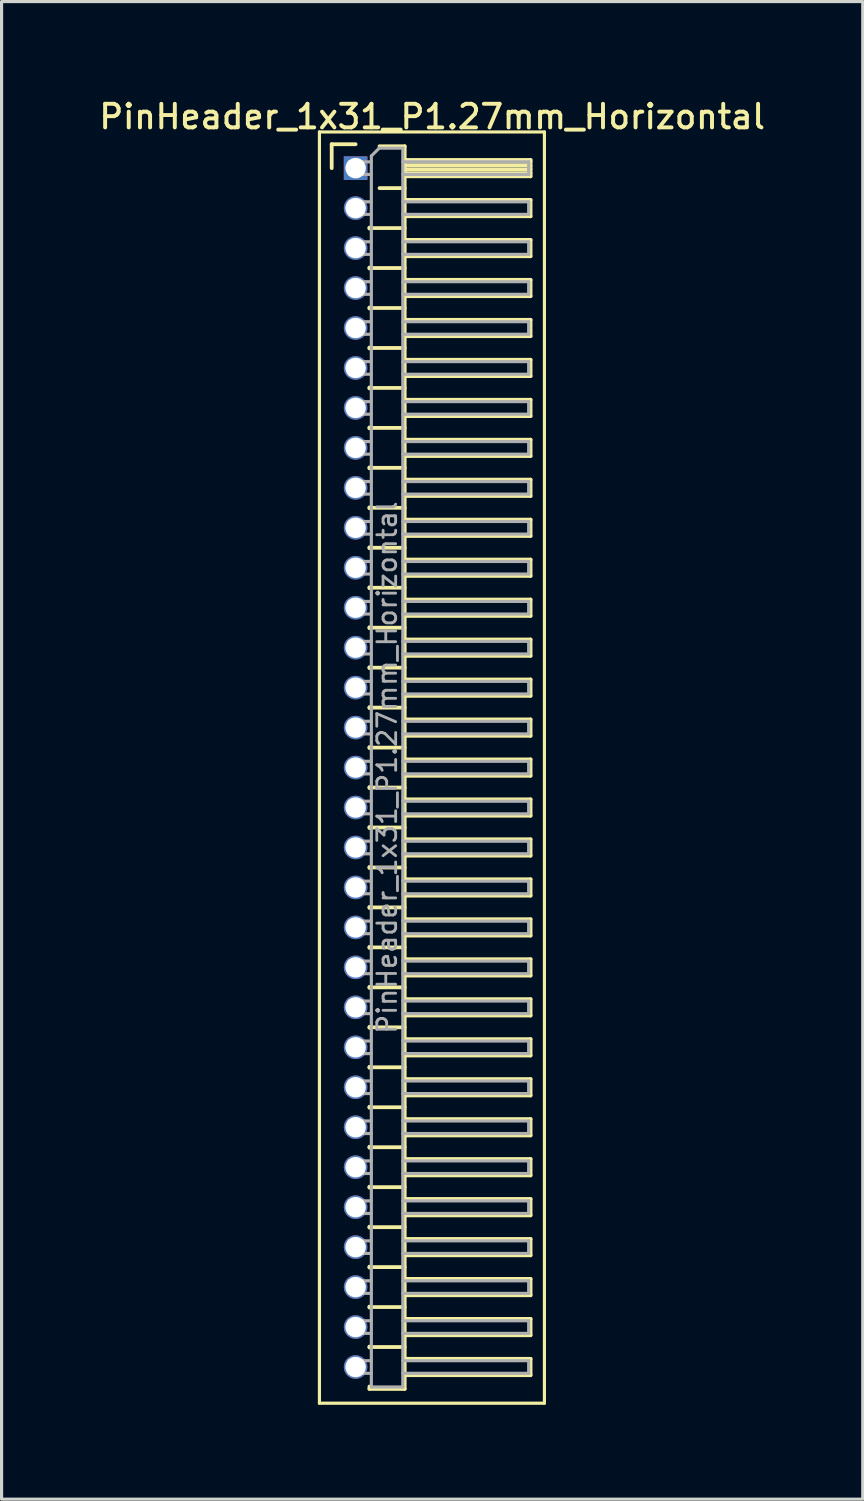
<source format=kicad_pcb>
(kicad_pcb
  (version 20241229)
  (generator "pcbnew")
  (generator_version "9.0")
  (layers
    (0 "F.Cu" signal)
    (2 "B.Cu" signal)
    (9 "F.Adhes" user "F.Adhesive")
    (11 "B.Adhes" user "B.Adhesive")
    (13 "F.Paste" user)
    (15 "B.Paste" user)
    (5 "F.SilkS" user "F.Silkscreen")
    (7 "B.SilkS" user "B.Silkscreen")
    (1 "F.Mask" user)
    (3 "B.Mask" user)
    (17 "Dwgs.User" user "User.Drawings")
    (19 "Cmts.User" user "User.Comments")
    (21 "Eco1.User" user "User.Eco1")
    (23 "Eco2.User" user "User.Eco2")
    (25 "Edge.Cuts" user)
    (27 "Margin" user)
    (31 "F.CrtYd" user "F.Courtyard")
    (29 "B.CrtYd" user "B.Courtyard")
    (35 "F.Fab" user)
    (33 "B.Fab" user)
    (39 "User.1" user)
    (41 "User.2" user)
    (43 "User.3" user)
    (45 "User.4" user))
  (footprint "PinHeader_1x31_P1.27mm_Horizontal"
    (layer "F.Cu")
    (at 8.251 2.293)
    (property "Reference" "PinHeader_1x31_P1.27mm_Horizontal" (at 2.433 -1.635 0) (layer "F.SilkS") (effects (font (size 0.75 0.75) (thickness 0.125))))
    (attr through_hole)
    (fp_line (start -1.15 -1.15) (end -1.15 39.25) (stroke (width 0.1) (type solid)) (layer "F.SilkS"))
    (fp_line (start -1.15 39.25) (end 6 39.25) (stroke (width 0.1) (type solid)) (layer "F.SilkS"))
    (fp_line (start -0.76 -0.76) (end 0 -0.76) (stroke (width 0.12) (type solid)) (layer "F.SilkS"))
    (fp_line (start -0.76 0) (end -0.76 -0.76) (stroke (width 0.12) (type solid)) (layer "F.SilkS"))
    (fp_line (start 0.44 1.89) (end 0.44 1.92) (stroke (width 0.12) (type solid)) (layer "F.SilkS"))
    (fp_line (start 0.44 1.905) (end 1.56 1.905) (stroke (width 0.12) (type solid)) (layer "F.SilkS"))
    (fp_line (start 0.44 3.16) (end 0.44 3.19) (stroke (width 0.12) (type solid)) (layer "F.SilkS"))
    (fp_line (start 0.44 3.175) (end 1.56 3.175) (stroke (width 0.12) (type solid)) (layer "F.SilkS"))
    (fp_line (start 0.44 4.43) (end 0.44 4.46) (stroke (width 0.12) (type solid)) (layer "F.SilkS"))
    (fp_line (start 0.44 4.445) (end 1.56 4.445) (stroke (width 0.12) (type solid)) (layer "F.SilkS"))
    (fp_line (start 0.44 5.7) (end 0.44 5.73) (stroke (width 0.12) (type solid)) (layer "F.SilkS"))
    (fp_line (start 0.44 5.715) (end 1.56 5.715) (stroke (width 0.12) (type solid)) (layer "F.SilkS"))
    (fp_line (start 0.44 6.97) (end 0.44 7) (stroke (width 0.12) (type solid)) (layer "F.SilkS"))
    (fp_line (start 0.44 6.985) (end 1.56 6.985) (stroke (width 0.12) (type solid)) (layer "F.SilkS"))
    (fp_line (start 0.44 8.24) (end 0.44 8.27) (stroke (width 0.12) (type solid)) (layer "F.SilkS"))
    (fp_line (start 0.44 8.255) (end 1.56 8.255) (stroke (width 0.12) (type solid)) (layer "F.SilkS"))
    (fp_line (start 0.44 9.51) (end 0.44 9.54) (stroke (width 0.12) (type solid)) (layer "F.SilkS"))
    (fp_line (start 0.44 9.525) (end 1.56 9.525) (stroke (width 0.12) (type solid)) (layer "F.SilkS"))
    (fp_line (start 0.44 10.78) (end 0.44 10.81) (stroke (width 0.12) (type solid)) (layer "F.SilkS"))
    (fp_line (start 0.44 10.795) (end 1.56 10.795) (stroke (width 0.12) (type solid)) (layer "F.SilkS"))
    (fp_line (start 0.44 12.05) (end 0.44 12.08) (stroke (width 0.12) (type solid)) (layer "F.SilkS"))
    (fp_line (start 0.44 12.065) (end 1.56 12.065) (stroke (width 0.12) (type solid)) (layer "F.SilkS"))
    (fp_line (start 0.44 13.32) (end 0.44 13.35) (stroke (width 0.12) (type solid)) (layer "F.SilkS"))
    (fp_line (start 0.44 13.335) (end 1.56 13.335) (stroke (width 0.12) (type solid)) (layer "F.SilkS"))
    (fp_line (start 0.44 14.59) (end 0.44 14.62) (stroke (width 0.12) (type solid)) (layer "F.SilkS"))
    (fp_line (start 0.44 14.605) (end 1.56 14.605) (stroke (width 0.12) (type solid)) (layer "F.SilkS"))
    (fp_line (start 0.44 15.86) (end 0.44 15.89) (stroke (width 0.12) (type solid)) (layer "F.SilkS"))
    (fp_line (start 0.44 15.875) (end 1.56 15.875) (stroke (width 0.12) (type solid)) (layer "F.SilkS"))
    (fp_line (start 0.44 17.13) (end 0.44 17.16) (stroke (width 0.12) (type solid)) (layer "F.SilkS"))
    (fp_line (start 0.44 17.145) (end 1.56 17.145) (stroke (width 0.12) (type solid)) (layer "F.SilkS"))
    (fp_line (start 0.44 18.4) (end 0.44 18.43) (stroke (width 0.12) (type solid)) (layer "F.SilkS"))
    (fp_line (start 0.44 18.415) (end 1.56 18.415) (stroke (width 0.12) (type solid)) (layer "F.SilkS"))
    (fp_line (start 0.44 19.67) (end 0.44 19.7) (stroke (width 0.12) (type solid)) (layer "F.SilkS"))
    (fp_line (start 0.44 19.685) (end 1.56 19.685) (stroke (width 0.12) (type solid)) (layer "F.SilkS"))
    (fp_line (start 0.44 20.94) (end 0.44 20.97) (stroke (width 0.12) (type solid)) (layer "F.SilkS"))
    (fp_line (start 0.44 20.955) (end 1.56 20.955) (stroke (width 0.12) (type solid)) (layer "F.SilkS"))
    (fp_line (start 0.44 22.21) (end 0.44 22.24) (stroke (width 0.12) (type solid)) (layer "F.SilkS"))
    (fp_line (start 0.44 22.225) (end 1.56 22.225) (stroke (width 0.12) (type solid)) (layer "F.SilkS"))
    (fp_line (start 0.44 23.48) (end 0.44 23.51) (stroke (width 0.12) (type solid)) (layer "F.SilkS"))
    (fp_line (start 0.44 23.495) (end 1.56 23.495) (stroke (width 0.12) (type solid)) (layer "F.SilkS"))
    (fp_line (start 0.44 24.75) (end 0.44 24.78) (stroke (width 0.12) (type solid)) (layer "F.SilkS"))
    (fp_line (start 0.44 24.765) (end 1.56 24.765) (stroke (width 0.12) (type solid)) (layer "F.SilkS"))
    (fp_line (start 0.44 26.02) (end 0.44 26.05) (stroke (width 0.12) (type solid)) (layer "F.SilkS"))
    (fp_line (start 0.44 26.035) (end 1.56 26.035) (stroke (width 0.12) (type solid)) (layer "F.SilkS"))
    (fp_line (start 0.44 27.29) (end 0.44 27.32) (stroke (width 0.12) (type solid)) (layer "F.SilkS"))
    (fp_line (start 0.44 27.305) (end 1.56 27.305) (stroke (width 0.12) (type solid)) (layer "F.SilkS"))
    (fp_line (start 0.44 28.56) (end 0.44 28.59) (stroke (width 0.12) (type solid)) (layer "F.SilkS"))
    (fp_line (start 0.44 28.575) (end 1.56 28.575) (stroke (width 0.12) (type solid)) (layer "F.SilkS"))
    (fp_line (start 0.44 29.83) (end 0.44 29.86) (stroke (width 0.12) (type solid)) (layer "F.SilkS"))
    (fp_line (start 0.44 29.845) (end 1.56 29.845) (stroke (width 0.12) (type solid)) (layer "F.SilkS"))
    (fp_line (start 0.44 31.1) (end 0.44 31.13) (stroke (width 0.12) (type solid)) (layer "F.SilkS"))
    (fp_line (start 0.44 31.115) (end 1.56 31.115) (stroke (width 0.12) (type solid)) (layer "F.SilkS"))
    (fp_line (start 0.44 32.37) (end 0.44 32.4) (stroke (width 0.12) (type solid)) (layer "F.SilkS"))
    (fp_line (start 0.44 32.385) (end 1.56 32.385) (stroke (width 0.12) (type solid)) (layer "F.SilkS"))
    (fp_line (start 0.44 33.64) (end 0.44 33.67) (stroke (width 0.12) (type solid)) (layer "F.SilkS"))
    (fp_line (start 0.44 33.655) (end 1.56 33.655) (stroke (width 0.12) (type solid)) (layer "F.SilkS"))
    (fp_line (start 0.44 34.91) (end 0.44 34.94) (stroke (width 0.12) (type solid)) (layer "F.SilkS"))
    (fp_line (start 0.44 34.925) (end 1.56 34.925) (stroke (width 0.12) (type solid)) (layer "F.SilkS"))
    (fp_line (start 0.44 36.18) (end 0.44 36.21) (stroke (width 0.12) (type solid)) (layer "F.SilkS"))
    (fp_line (start 0.44 36.195) (end 1.56 36.195) (stroke (width 0.12) (type solid)) (layer "F.SilkS"))
    (fp_line (start 0.44 37.45) (end 0.44 37.48) (stroke (width 0.12) (type solid)) (layer "F.SilkS"))
    (fp_line (start 0.44 37.465) (end 1.56 37.465) (stroke (width 0.12) (type solid)) (layer "F.SilkS"))
    (fp_line (start 0.44 38.795) (end 0.44 38.72) (stroke (width 0.12) (type solid)) (layer "F.SilkS"))
    (fp_line (start 0.76 -0.695) (end 1.56 -0.695) (stroke (width 0.12) (type solid)) (layer "F.SilkS"))
    (fp_line (start 0.76 0.635) (end 1.56 0.635) (stroke (width 0.12) (type solid)) (layer "F.SilkS"))
    (fp_line (start 1.56 -0.695) (end 1.56 38.795) (stroke (width 0.12) (type solid)) (layer "F.SilkS"))
    (fp_line (start 1.56 -0.26) (end 5.56 -0.26) (stroke (width 0.12) (type solid)) (layer "F.SilkS"))
    (fp_line (start 1.56 -0.2) (end 5.56 -0.2) (stroke (width 0.12) (type solid)) (layer "F.SilkS"))
    (fp_line (start 1.56 -0.08) (end 5.56 -0.08) (stroke (width 0.12) (type solid)) (layer "F.SilkS"))
    (fp_line (start 1.56 0.04) (end 5.56 0.04) (stroke (width 0.12) (type solid)) (layer "F.SilkS"))
    (fp_line (start 1.56 0.16) (end 5.56 0.16) (stroke (width 0.12) (type solid)) (layer "F.SilkS"))
    (fp_line (start 1.56 1.01) (end 5.56 1.01) (stroke (width 0.12) (type solid)) (layer "F.SilkS"))
    (fp_line (start 1.56 2.28) (end 5.56 2.28) (stroke (width 0.12) (type solid)) (layer "F.SilkS"))
    (fp_line (start 1.56 3.55) (end 5.56 3.55) (stroke (width 0.12) (type solid)) (layer "F.SilkS"))
    (fp_line (start 1.56 4.82) (end 5.56 4.82) (stroke (width 0.12) (type solid)) (layer "F.SilkS"))
    (fp_line (start 1.56 6.09) (end 5.56 6.09) (stroke (width 0.12) (type solid)) (layer "F.SilkS"))
    (fp_line (start 1.56 7.36) (end 5.56 7.36) (stroke (width 0.12) (type solid)) (layer "F.SilkS"))
    (fp_line (start 1.56 8.63) (end 5.56 8.63) (stroke (width 0.12) (type solid)) (layer "F.SilkS"))
    (fp_line (start 1.56 9.9) (end 5.56 9.9) (stroke (width 0.12) (type solid)) (layer "F.SilkS"))
    (fp_line (start 1.56 11.17) (end 5.56 11.17) (stroke (width 0.12) (type solid)) (layer "F.SilkS"))
    (fp_line (start 1.56 12.44) (end 5.56 12.44) (stroke (width 0.12) (type solid)) (layer "F.SilkS"))
    (fp_line (start 1.56 13.71) (end 5.56 13.71) (stroke (width 0.12) (type solid)) (layer "F.SilkS"))
    (fp_line (start 1.56 14.98) (end 5.56 14.98) (stroke (width 0.12) (type solid)) (layer "F.SilkS"))
    (fp_line (start 1.56 16.25) (end 5.56 16.25) (stroke (width 0.12) (type solid)) (layer "F.SilkS"))
    (fp_line (start 1.56 17.52) (end 5.56 17.52) (stroke (width 0.12) (type solid)) (layer "F.SilkS"))
    (fp_line (start 1.56 18.79) (end 5.56 18.79) (stroke (width 0.12) (type solid)) (layer "F.SilkS"))
    (fp_line (start 1.56 20.06) (end 5.56 20.06) (stroke (width 0.12) (type solid)) (layer "F.SilkS"))
    (fp_line (start 1.56 21.33) (end 5.56 21.33) (stroke (width 0.12) (type solid)) (layer "F.SilkS"))
    (fp_line (start 1.56 22.6) (end 5.56 22.6) (stroke (width 0.12) (type solid)) (layer "F.SilkS"))
    (fp_line (start 1.56 23.87) (end 5.56 23.87) (stroke (width 0.12) (type solid)) (layer "F.SilkS"))
    (fp_line (start 1.56 25.14) (end 5.56 25.14) (stroke (width 0.12) (type solid)) (layer "F.SilkS"))
    (fp_line (start 1.56 26.41) (end 5.56 26.41) (stroke (width 0.12) (type solid)) (layer "F.SilkS"))
    (fp_line (start 1.56 27.68) (end 5.56 27.68) (stroke (width 0.12) (type solid)) (layer "F.SilkS"))
    (fp_line (start 1.56 28.95) (end 5.56 28.95) (stroke (width 0.12) (type solid)) (layer "F.SilkS"))
    (fp_line (start 1.56 30.22) (end 5.56 30.22) (stroke (width 0.12) (type solid)) (layer "F.SilkS"))
    (fp_line (start 1.56 31.49) (end 5.56 31.49) (stroke (width 0.12) (type solid)) (layer "F.SilkS"))
    (fp_line (start 1.56 32.76) (end 5.56 32.76) (stroke (width 0.12) (type solid)) (layer "F.SilkS"))
    (fp_line (start 1.56 34.03) (end 5.56 34.03) (stroke (width 0.12) (type solid)) (layer "F.SilkS"))
    (fp_line (start 1.56 35.3) (end 5.56 35.3) (stroke (width 0.12) (type solid)) (layer "F.SilkS"))
    (fp_line (start 1.56 36.57) (end 5.56 36.57) (stroke (width 0.12) (type solid)) (layer "F.SilkS"))
    (fp_line (start 1.56 37.84) (end 5.56 37.84) (stroke (width 0.12) (type solid)) (layer "F.SilkS"))
    (fp_line (start 1.56 38.795) (end 0.44 38.795) (stroke (width 0.12) (type solid)) (layer "F.SilkS"))
    (fp_line (start 5.56 -0.26) (end 5.56 0.26) (stroke (width 0.12) (type solid)) (layer "F.SilkS"))
    (fp_line (start 5.56 0.26) (end 1.56 0.26) (stroke (width 0.12) (type solid)) (layer "F.SilkS"))
    (fp_line (start 5.56 1.01) (end 5.56 1.53) (stroke (width 0.12) (type solid)) (layer "F.SilkS"))
    (fp_line (start 5.56 1.53) (end 1.56 1.53) (stroke (width 0.12) (type solid)) (layer "F.SilkS"))
    (fp_line (start 5.56 2.28) (end 5.56 2.8) (stroke (width 0.12) (type solid)) (layer "F.SilkS"))
    (fp_line (start 5.56 2.8) (end 1.56 2.8) (stroke (width 0.12) (type solid)) (layer "F.SilkS"))
    (fp_line (start 5.56 3.55) (end 5.56 4.07) (stroke (width 0.12) (type solid)) (layer "F.SilkS"))
    (fp_line (start 5.56 4.07) (end 1.56 4.07) (stroke (width 0.12) (type solid)) (layer "F.SilkS"))
    (fp_line (start 5.56 4.82) (end 5.56 5.34) (stroke (width 0.12) (type solid)) (layer "F.SilkS"))
    (fp_line (start 5.56 5.34) (end 1.56 5.34) (stroke (width 0.12) (type solid)) (layer "F.SilkS"))
    (fp_line (start 5.56 6.09) (end 5.56 6.61) (stroke (width 0.12) (type solid)) (layer "F.SilkS"))
    (fp_line (start 5.56 6.61) (end 1.56 6.61) (stroke (width 0.12) (type solid)) (layer "F.SilkS"))
    (fp_line (start 5.56 7.36) (end 5.56 7.88) (stroke (width 0.12) (type solid)) (layer "F.SilkS"))
    (fp_line (start 5.56 7.88) (end 1.56 7.88) (stroke (width 0.12) (type solid)) (layer "F.SilkS"))
    (fp_line (start 5.56 8.63) (end 5.56 9.15) (stroke (width 0.12) (type solid)) (layer "F.SilkS"))
    (fp_line (start 5.56 9.15) (end 1.56 9.15) (stroke (width 0.12) (type solid)) (layer "F.SilkS"))
    (fp_line (start 5.56 9.9) (end 5.56 10.42) (stroke (width 0.12) (type solid)) (layer "F.SilkS"))
    (fp_line (start 5.56 10.42) (end 1.56 10.42) (stroke (width 0.12) (type solid)) (layer "F.SilkS"))
    (fp_line (start 5.56 11.17) (end 5.56 11.69) (stroke (width 0.12) (type solid)) (layer "F.SilkS"))
    (fp_line (start 5.56 11.69) (end 1.56 11.69) (stroke (width 0.12) (type solid)) (layer "F.SilkS"))
    (fp_line (start 5.56 12.44) (end 5.56 12.96) (stroke (width 0.12) (type solid)) (layer "F.SilkS"))
    (fp_line (start 5.56 12.96) (end 1.56 12.96) (stroke (width 0.12) (type solid)) (layer "F.SilkS"))
    (fp_line (start 5.56 13.71) (end 5.56 14.23) (stroke (width 0.12) (type solid)) (layer "F.SilkS"))
    (fp_line (start 5.56 14.23) (end 1.56 14.23) (stroke (width 0.12) (type solid)) (layer "F.SilkS"))
    (fp_line (start 5.56 14.98) (end 5.56 15.5) (stroke (width 0.12) (type solid)) (layer "F.SilkS"))
    (fp_line (start 5.56 15.5) (end 1.56 15.5) (stroke (width 0.12) (type solid)) (layer "F.SilkS"))
    (fp_line (start 5.56 16.25) (end 5.56 16.77) (stroke (width 0.12) (type solid)) (layer "F.SilkS"))
    (fp_line (start 5.56 16.77) (end 1.56 16.77) (stroke (width 0.12) (type solid)) (layer "F.SilkS"))
    (fp_line (start 5.56 17.52) (end 5.56 18.04) (stroke (width 0.12) (type solid)) (layer "F.SilkS"))
    (fp_line (start 5.56 18.04) (end 1.56 18.04) (stroke (width 0.12) (type solid)) (layer "F.SilkS"))
    (fp_line (start 5.56 18.79) (end 5.56 19.31) (stroke (width 0.12) (type solid)) (layer "F.SilkS"))
    (fp_line (start 5.56 19.31) (end 1.56 19.31) (stroke (width 0.12) (type solid)) (layer "F.SilkS"))
    (fp_line (start 5.56 20.06) (end 5.56 20.58) (stroke (width 0.12) (type solid)) (layer "F.SilkS"))
    (fp_line (start 5.56 20.58) (end 1.56 20.58) (stroke (width 0.12) (type solid)) (layer "F.SilkS"))
    (fp_line (start 5.56 21.33) (end 5.56 21.85) (stroke (width 0.12) (type solid)) (layer "F.SilkS"))
    (fp_line (start 5.56 21.85) (end 1.56 21.85) (stroke (width 0.12) (type solid)) (layer "F.SilkS"))
    (fp_line (start 5.56 22.6) (end 5.56 23.12) (stroke (width 0.12) (type solid)) (layer "F.SilkS"))
    (fp_line (start 5.56 23.12) (end 1.56 23.12) (stroke (width 0.12) (type solid)) (layer "F.SilkS"))
    (fp_line (start 5.56 23.87) (end 5.56 24.39) (stroke (width 0.12) (type solid)) (layer "F.SilkS"))
    (fp_line (start 5.56 24.39) (end 1.56 24.39) (stroke (width 0.12) (type solid)) (layer "F.SilkS"))
    (fp_line (start 5.56 25.14) (end 5.56 25.66) (stroke (width 0.12) (type solid)) (layer "F.SilkS"))
    (fp_line (start 5.56 25.66) (end 1.56 25.66) (stroke (width 0.12) (type solid)) (layer "F.SilkS"))
    (fp_line (start 5.56 26.41) (end 5.56 26.93) (stroke (width 0.12) (type solid)) (layer "F.SilkS"))
    (fp_line (start 5.56 26.93) (end 1.56 26.93) (stroke (width 0.12) (type solid)) (layer "F.SilkS"))
    (fp_line (start 5.56 27.68) (end 5.56 28.2) (stroke (width 0.12) (type solid)) (layer "F.SilkS"))
    (fp_line (start 5.56 28.2) (end 1.56 28.2) (stroke (width 0.12) (type solid)) (layer "F.SilkS"))
    (fp_line (start 5.56 28.95) (end 5.56 29.47) (stroke (width 0.12) (type solid)) (layer "F.SilkS"))
    (fp_line (start 5.56 29.47) (end 1.56 29.47) (stroke (width 0.12) (type solid)) (layer "F.SilkS"))
    (fp_line (start 5.56 30.22) (end 5.56 30.74) (stroke (width 0.12) (type solid)) (layer "F.SilkS"))
    (fp_line (start 5.56 30.74) (end 1.56 30.74) (stroke (width 0.12) (type solid)) (layer "F.SilkS"))
    (fp_line (start 5.56 31.49) (end 5.56 32.01) (stroke (width 0.12) (type solid)) (layer "F.SilkS"))
    (fp_line (start 5.56 32.01) (end 1.56 32.01) (stroke (width 0.12) (type solid)) (layer "F.SilkS"))
    (fp_line (start 5.56 32.76) (end 5.56 33.28) (stroke (width 0.12) (type solid)) (layer "F.SilkS"))
    (fp_line (start 5.56 33.28) (end 1.56 33.28) (stroke (width 0.12) (type solid)) (layer "F.SilkS"))
    (fp_line (start 5.56 34.03) (end 5.56 34.55) (stroke (width 0.12) (type solid)) (layer "F.SilkS"))
    (fp_line (start 5.56 34.55) (end 1.56 34.55) (stroke (width 0.12) (type solid)) (layer "F.SilkS"))
    (fp_line (start 5.56 35.3) (end 5.56 35.82) (stroke (width 0.12) (type solid)) (layer "F.SilkS"))
    (fp_line (start 5.56 35.82) (end 1.56 35.82) (stroke (width 0.12) (type solid)) (layer "F.SilkS"))
    (fp_line (start 5.56 36.57) (end 5.56 37.09) (stroke (width 0.12) (type solid)) (layer "F.SilkS"))
    (fp_line (start 5.56 37.09) (end 1.56 37.09) (stroke (width 0.12) (type solid)) (layer "F.SilkS"))
    (fp_line (start 5.56 37.84) (end 5.56 38.36) (stroke (width 0.12) (type solid)) (layer "F.SilkS"))
    (fp_line (start 5.56 38.36) (end 1.56 38.36) (stroke (width 0.12) (type solid)) (layer "F.SilkS"))
    (fp_line (start 6 -1.15) (end -1.15 -1.15) (stroke (width 0.1) (type solid)) (layer "F.SilkS"))
    (fp_line (start 6 39.25) (end 6 -1.15) (stroke (width 0.1) (type solid)) (layer "F.SilkS"))
    (fp_line (start -0.2 -0.2) (end -0.2 0.2) (stroke (width 0.1) (type solid)) (layer "F.Fab"))
    (fp_line (start -0.2 -0.2) (end 0.5 -0.2) (stroke (width 0.1) (type solid)) (layer "F.Fab"))
    (fp_line (start -0.2 0.2) (end 0.5 0.2) (stroke (width 0.1) (type solid)) (layer "F.Fab"))
    (fp_line (start -0.2 1.07) (end -0.2 1.47) (stroke (width 0.1) (type solid)) (layer "F.Fab"))
    (fp_line (start -0.2 1.07) (end 0.5 1.07) (stroke (width 0.1) (type solid)) (layer "F.Fab"))
    (fp_line (start -0.2 1.47) (end 0.5 1.47) (stroke (width 0.1) (type solid)) (layer "F.Fab"))
    (fp_line (start -0.2 2.34) (end -0.2 2.74) (stroke (width 0.1) (type solid)) (layer "F.Fab"))
    (fp_line (start -0.2 2.34) (end 0.5 2.34) (stroke (width 0.1) (type solid)) (layer "F.Fab"))
    (fp_line (start -0.2 2.74) (end 0.5 2.74) (stroke (width 0.1) (type solid)) (layer "F.Fab"))
    (fp_line (start -0.2 3.61) (end -0.2 4.01) (stroke (width 0.1) (type solid)) (layer "F.Fab"))
    (fp_line (start -0.2 3.61) (end 0.5 3.61) (stroke (width 0.1) (type solid)) (layer "F.Fab"))
    (fp_line (start -0.2 4.01) (end 0.5 4.01) (stroke (width 0.1) (type solid)) (layer "F.Fab"))
    (fp_line (start -0.2 4.88) (end -0.2 5.28) (stroke (width 0.1) (type solid)) (layer "F.Fab"))
    (fp_line (start -0.2 4.88) (end 0.5 4.88) (stroke (width 0.1) (type solid)) (layer "F.Fab"))
    (fp_line (start -0.2 5.28) (end 0.5 5.28) (stroke (width 0.1) (type solid)) (layer "F.Fab"))
    (fp_line (start -0.2 6.15) (end -0.2 6.55) (stroke (width 0.1) (type solid)) (layer "F.Fab"))
    (fp_line (start -0.2 6.15) (end 0.5 6.15) (stroke (width 0.1) (type solid)) (layer "F.Fab"))
    (fp_line (start -0.2 6.55) (end 0.5 6.55) (stroke (width 0.1) (type solid)) (layer "F.Fab"))
    (fp_line (start -0.2 7.42) (end -0.2 7.82) (stroke (width 0.1) (type solid)) (layer "F.Fab"))
    (fp_line (start -0.2 7.42) (end 0.5 7.42) (stroke (width 0.1) (type solid)) (layer "F.Fab"))
    (fp_line (start -0.2 7.82) (end 0.5 7.82) (stroke (width 0.1) (type solid)) (layer "F.Fab"))
    (fp_line (start -0.2 8.69) (end -0.2 9.09) (stroke (width 0.1) (type solid)) (layer "F.Fab"))
    (fp_line (start -0.2 8.69) (end 0.5 8.69) (stroke (width 0.1) (type solid)) (layer "F.Fab"))
    (fp_line (start -0.2 9.09) (end 0.5 9.09) (stroke (width 0.1) (type solid)) (layer "F.Fab"))
    (fp_line (start -0.2 9.96) (end -0.2 10.36) (stroke (width 0.1) (type solid)) (layer "F.Fab"))
    (fp_line (start -0.2 9.96) (end 0.5 9.96) (stroke (width 0.1) (type solid)) (layer "F.Fab"))
    (fp_line (start -0.2 10.36) (end 0.5 10.36) (stroke (width 0.1) (type solid)) (layer "F.Fab"))
    (fp_line (start -0.2 11.23) (end -0.2 11.63) (stroke (width 0.1) (type solid)) (layer "F.Fab"))
    (fp_line (start -0.2 11.23) (end 0.5 11.23) (stroke (width 0.1) (type solid)) (layer "F.Fab"))
    (fp_line (start -0.2 11.63) (end 0.5 11.63) (stroke (width 0.1) (type solid)) (layer "F.Fab"))
    (fp_line (start -0.2 12.5) (end -0.2 12.9) (stroke (width 0.1) (type solid)) (layer "F.Fab"))
    (fp_line (start -0.2 12.5) (end 0.5 12.5) (stroke (width 0.1) (type solid)) (layer "F.Fab"))
    (fp_line (start -0.2 12.9) (end 0.5 12.9) (stroke (width 0.1) (type solid)) (layer "F.Fab"))
    (fp_line (start -0.2 13.77) (end -0.2 14.17) (stroke (width 0.1) (type solid)) (layer "F.Fab"))
    (fp_line (start -0.2 13.77) (end 0.5 13.77) (stroke (width 0.1) (type solid)) (layer "F.Fab"))
    (fp_line (start -0.2 14.17) (end 0.5 14.17) (stroke (width 0.1) (type solid)) (layer "F.Fab"))
    (fp_line (start -0.2 15.04) (end -0.2 15.44) (stroke (width 0.1) (type solid)) (layer "F.Fab"))
    (fp_line (start -0.2 15.04) (end 0.5 15.04) (stroke (width 0.1) (type solid)) (layer "F.Fab"))
    (fp_line (start -0.2 15.44) (end 0.5 15.44) (stroke (width 0.1) (type solid)) (layer "F.Fab"))
    (fp_line (start -0.2 16.31) (end -0.2 16.71) (stroke (width 0.1) (type solid)) (layer "F.Fab"))
    (fp_line (start -0.2 16.31) (end 0.5 16.31) (stroke (width 0.1) (type solid)) (layer "F.Fab"))
    (fp_line (start -0.2 16.71) (end 0.5 16.71) (stroke (width 0.1) (type solid)) (layer "F.Fab"))
    (fp_line (start -0.2 17.58) (end -0.2 17.98) (stroke (width 0.1) (type solid)) (layer "F.Fab"))
    (fp_line (start -0.2 17.58) (end 0.5 17.58) (stroke (width 0.1) (type solid)) (layer "F.Fab"))
    (fp_line (start -0.2 17.98) (end 0.5 17.98) (stroke (width 0.1) (type solid)) (layer "F.Fab"))
    (fp_line (start -0.2 18.85) (end -0.2 19.25) (stroke (width 0.1) (type solid)) (layer "F.Fab"))
    (fp_line (start -0.2 18.85) (end 0.5 18.85) (stroke (width 0.1) (type solid)) (layer "F.Fab"))
    (fp_line (start -0.2 19.25) (end 0.5 19.25) (stroke (width 0.1) (type solid)) (layer "F.Fab"))
    (fp_line (start -0.2 20.12) (end -0.2 20.52) (stroke (width 0.1) (type solid)) (layer "F.Fab"))
    (fp_line (start -0.2 20.12) (end 0.5 20.12) (stroke (width 0.1) (type solid)) (layer "F.Fab"))
    (fp_line (start -0.2 20.52) (end 0.5 20.52) (stroke (width 0.1) (type solid)) (layer "F.Fab"))
    (fp_line (start -0.2 21.39) (end -0.2 21.79) (stroke (width 0.1) (type solid)) (layer "F.Fab"))
    (fp_line (start -0.2 21.39) (end 0.5 21.39) (stroke (width 0.1) (type solid)) (layer "F.Fab"))
    (fp_line (start -0.2 21.79) (end 0.5 21.79) (stroke (width 0.1) (type solid)) (layer "F.Fab"))
    (fp_line (start -0.2 22.66) (end -0.2 23.06) (stroke (width 0.1) (type solid)) (layer "F.Fab"))
    (fp_line (start -0.2 22.66) (end 0.5 22.66) (stroke (width 0.1) (type solid)) (layer "F.Fab"))
    (fp_line (start -0.2 23.06) (end 0.5 23.06) (stroke (width 0.1) (type solid)) (layer "F.Fab"))
    (fp_line (start -0.2 23.93) (end -0.2 24.33) (stroke (width 0.1) (type solid)) (layer "F.Fab"))
    (fp_line (start -0.2 23.93) (end 0.5 23.93) (stroke (width 0.1) (type solid)) (layer "F.Fab"))
    (fp_line (start -0.2 24.33) (end 0.5 24.33) (stroke (width 0.1) (type solid)) (layer "F.Fab"))
    (fp_line (start -0.2 25.2) (end -0.2 25.6) (stroke (width 0.1) (type solid)) (layer "F.Fab"))
    (fp_line (start -0.2 25.2) (end 0.5 25.2) (stroke (width 0.1) (type solid)) (layer "F.Fab"))
    (fp_line (start -0.2 25.6) (end 0.5 25.6) (stroke (width 0.1) (type solid)) (layer "F.Fab"))
    (fp_line (start -0.2 26.47) (end -0.2 26.87) (stroke (width 0.1) (type solid)) (layer "F.Fab"))
    (fp_line (start -0.2 26.47) (end 0.5 26.47) (stroke (width 0.1) (type solid)) (layer "F.Fab"))
    (fp_line (start -0.2 26.87) (end 0.5 26.87) (stroke (width 0.1) (type solid)) (layer "F.Fab"))
    (fp_line (start -0.2 27.74) (end -0.2 28.14) (stroke (width 0.1) (type solid)) (layer "F.Fab"))
    (fp_line (start -0.2 27.74) (end 0.5 27.74) (stroke (width 0.1) (type solid)) (layer "F.Fab"))
    (fp_line (start -0.2 28.14) (end 0.5 28.14) (stroke (width 0.1) (type solid)) (layer "F.Fab"))
    (fp_line (start -0.2 29.01) (end -0.2 29.41) (stroke (width 0.1) (type solid)) (layer "F.Fab"))
    (fp_line (start -0.2 29.01) (end 0.5 29.01) (stroke (width 0.1) (type solid)) (layer "F.Fab"))
    (fp_line (start -0.2 29.41) (end 0.5 29.41) (stroke (width 0.1) (type solid)) (layer "F.Fab"))
    (fp_line (start -0.2 30.28) (end -0.2 30.68) (stroke (width 0.1) (type solid)) (layer "F.Fab"))
    (fp_line (start -0.2 30.28) (end 0.5 30.28) (stroke (width 0.1) (type solid)) (layer "F.Fab"))
    (fp_line (start -0.2 30.68) (end 0.5 30.68) (stroke (width 0.1) (type solid)) (layer "F.Fab"))
    (fp_line (start -0.2 31.55) (end -0.2 31.95) (stroke (width 0.1) (type solid)) (layer "F.Fab"))
    (fp_line (start -0.2 31.55) (end 0.5 31.55) (stroke (width 0.1) (type solid)) (layer "F.Fab"))
    (fp_line (start -0.2 31.95) (end 0.5 31.95) (stroke (width 0.1) (type solid)) (layer "F.Fab"))
    (fp_line (start -0.2 32.82) (end -0.2 33.22) (stroke (width 0.1) (type solid)) (layer "F.Fab"))
    (fp_line (start -0.2 32.82) (end 0.5 32.82) (stroke (width 0.1) (type solid)) (layer "F.Fab"))
    (fp_line (start -0.2 33.22) (end 0.5 33.22) (stroke (width 0.1) (type solid)) (layer "F.Fab"))
    (fp_line (start -0.2 34.09) (end -0.2 34.49) (stroke (width 0.1) (type solid)) (layer "F.Fab"))
    (fp_line (start -0.2 34.09) (end 0.5 34.09) (stroke (width 0.1) (type solid)) (layer "F.Fab"))
    (fp_line (start -0.2 34.49) (end 0.5 34.49) (stroke (width 0.1) (type solid)) (layer "F.Fab"))
    (fp_line (start -0.2 35.36) (end -0.2 35.76) (stroke (width 0.1) (type solid)) (layer "F.Fab"))
    (fp_line (start -0.2 35.36) (end 0.5 35.36) (stroke (width 0.1) (type solid)) (layer "F.Fab"))
    (fp_line (start -0.2 35.76) (end 0.5 35.76) (stroke (width 0.1) (type solid)) (layer "F.Fab"))
    (fp_line (start -0.2 36.63) (end -0.2 37.03) (stroke (width 0.1) (type solid)) (layer "F.Fab"))
    (fp_line (start -0.2 36.63) (end 0.5 36.63) (stroke (width 0.1) (type solid)) (layer "F.Fab"))
    (fp_line (start -0.2 37.03) (end 0.5 37.03) (stroke (width 0.1) (type solid)) (layer "F.Fab"))
    (fp_line (start -0.2 37.9) (end -0.2 38.3) (stroke (width 0.1) (type solid)) (layer "F.Fab"))
    (fp_line (start -0.2 37.9) (end 0.5 37.9) (stroke (width 0.1) (type solid)) (layer "F.Fab"))
    (fp_line (start -0.2 38.3) (end 0.5 38.3) (stroke (width 0.1) (type solid)) (layer "F.Fab"))
    (fp_line (start 0.5 -0.385) (end 0.75 -0.635) (stroke (width 0.1) (type solid)) (layer "F.Fab"))
    (fp_line (start 0.5 38.735) (end 0.5 -0.385) (stroke (width 0.1) (type solid)) (layer "F.Fab"))
    (fp_line (start 0.75 -0.635) (end 1.5 -0.635) (stroke (width 0.1) (type solid)) (layer "F.Fab"))
    (fp_line (start 1.5 -0.635) (end 1.5 38.735) (stroke (width 0.1) (type solid)) (layer "F.Fab"))
    (fp_line (start 1.5 -0.2) (end 5.5 -0.2) (stroke (width 0.1) (type solid)) (layer "F.Fab"))
    (fp_line (start 1.5 0.2) (end 5.5 0.2) (stroke (width 0.1) (type solid)) (layer "F.Fab"))
    (fp_line (start 1.5 1.07) (end 5.5 1.07) (stroke (width 0.1) (type solid)) (layer "F.Fab"))
    (fp_line (start 1.5 1.47) (end 5.5 1.47) (stroke (width 0.1) (type solid)) (layer "F.Fab"))
    (fp_line (start 1.5 2.34) (end 5.5 2.34) (stroke (width 0.1) (type solid)) (layer "F.Fab"))
    (fp_line (start 1.5 2.74) (end 5.5 2.74) (stroke (width 0.1) (type solid)) (layer "F.Fab"))
    (fp_line (start 1.5 3.61) (end 5.5 3.61) (stroke (width 0.1) (type solid)) (layer "F.Fab"))
    (fp_line (start 1.5 4.01) (end 5.5 4.01) (stroke (width 0.1) (type solid)) (layer "F.Fab"))
    (fp_line (start 1.5 4.88) (end 5.5 4.88) (stroke (width 0.1) (type solid)) (layer "F.Fab"))
    (fp_line (start 1.5 5.28) (end 5.5 5.28) (stroke (width 0.1) (type solid)) (layer "F.Fab"))
    (fp_line (start 1.5 6.15) (end 5.5 6.15) (stroke (width 0.1) (type solid)) (layer "F.Fab"))
    (fp_line (start 1.5 6.55) (end 5.5 6.55) (stroke (width 0.1) (type solid)) (layer "F.Fab"))
    (fp_line (start 1.5 7.42) (end 5.5 7.42) (stroke (width 0.1) (type solid)) (layer "F.Fab"))
    (fp_line (start 1.5 7.82) (end 5.5 7.82) (stroke (width 0.1) (type solid)) (layer "F.Fab"))
    (fp_line (start 1.5 8.69) (end 5.5 8.69) (stroke (width 0.1) (type solid)) (layer "F.Fab"))
    (fp_line (start 1.5 9.09) (end 5.5 9.09) (stroke (width 0.1) (type solid)) (layer "F.Fab"))
    (fp_line (start 1.5 9.96) (end 5.5 9.96) (stroke (width 0.1) (type solid)) (layer "F.Fab"))
    (fp_line (start 1.5 10.36) (end 5.5 10.36) (stroke (width 0.1) (type solid)) (layer "F.Fab"))
    (fp_line (start 1.5 11.23) (end 5.5 11.23) (stroke (width 0.1) (type solid)) (layer "F.Fab"))
    (fp_line (start 1.5 11.63) (end 5.5 11.63) (stroke (width 0.1) (type solid)) (layer "F.Fab"))
    (fp_line (start 1.5 12.5) (end 5.5 12.5) (stroke (width 0.1) (type solid)) (layer "F.Fab"))
    (fp_line (start 1.5 12.9) (end 5.5 12.9) (stroke (width 0.1) (type solid)) (layer "F.Fab"))
    (fp_line (start 1.5 13.77) (end 5.5 13.77) (stroke (width 0.1) (type solid)) (layer "F.Fab"))
    (fp_line (start 1.5 14.17) (end 5.5 14.17) (stroke (width 0.1) (type solid)) (layer "F.Fab"))
    (fp_line (start 1.5 15.04) (end 5.5 15.04) (stroke (width 0.1) (type solid)) (layer "F.Fab"))
    (fp_line (start 1.5 15.44) (end 5.5 15.44) (stroke (width 0.1) (type solid)) (layer "F.Fab"))
    (fp_line (start 1.5 16.31) (end 5.5 16.31) (stroke (width 0.1) (type solid)) (layer "F.Fab"))
    (fp_line (start 1.5 16.71) (end 5.5 16.71) (stroke (width 0.1) (type solid)) (layer "F.Fab"))
    (fp_line (start 1.5 17.58) (end 5.5 17.58) (stroke (width 0.1) (type solid)) (layer "F.Fab"))
    (fp_line (start 1.5 17.98) (end 5.5 17.98) (stroke (width 0.1) (type solid)) (layer "F.Fab"))
    (fp_line (start 1.5 18.85) (end 5.5 18.85) (stroke (width 0.1) (type solid)) (layer "F.Fab"))
    (fp_line (start 1.5 19.25) (end 5.5 19.25) (stroke (width 0.1) (type solid)) (layer "F.Fab"))
    (fp_line (start 1.5 20.12) (end 5.5 20.12) (stroke (width 0.1) (type solid)) (layer "F.Fab"))
    (fp_line (start 1.5 20.52) (end 5.5 20.52) (stroke (width 0.1) (type solid)) (layer "F.Fab"))
    (fp_line (start 1.5 21.39) (end 5.5 21.39) (stroke (width 0.1) (type solid)) (layer "F.Fab"))
    (fp_line (start 1.5 21.79) (end 5.5 21.79) (stroke (width 0.1) (type solid)) (layer "F.Fab"))
    (fp_line (start 1.5 22.66) (end 5.5 22.66) (stroke (width 0.1) (type solid)) (layer "F.Fab"))
    (fp_line (start 1.5 23.06) (end 5.5 23.06) (stroke (width 0.1) (type solid)) (layer "F.Fab"))
    (fp_line (start 1.5 23.93) (end 5.5 23.93) (stroke (width 0.1) (type solid)) (layer "F.Fab"))
    (fp_line (start 1.5 24.33) (end 5.5 24.33) (stroke (width 0.1) (type solid)) (layer "F.Fab"))
    (fp_line (start 1.5 25.2) (end 5.5 25.2) (stroke (width 0.1) (type solid)) (layer "F.Fab"))
    (fp_line (start 1.5 25.6) (end 5.5 25.6) (stroke (width 0.1) (type solid)) (layer "F.Fab"))
    (fp_line (start 1.5 26.47) (end 5.5 26.47) (stroke (width 0.1) (type solid)) (layer "F.Fab"))
    (fp_line (start 1.5 26.87) (end 5.5 26.87) (stroke (width 0.1) (type solid)) (layer "F.Fab"))
    (fp_line (start 1.5 27.74) (end 5.5 27.74) (stroke (width 0.1) (type solid)) (layer "F.Fab"))
    (fp_line (start 1.5 28.14) (end 5.5 28.14) (stroke (width 0.1) (type solid)) (layer "F.Fab"))
    (fp_line (start 1.5 29.01) (end 5.5 29.01) (stroke (width 0.1) (type solid)) (layer "F.Fab"))
    (fp_line (start 1.5 29.41) (end 5.5 29.41) (stroke (width 0.1) (type solid)) (layer "F.Fab"))
    (fp_line (start 1.5 30.28) (end 5.5 30.28) (stroke (width 0.1) (type solid)) (layer "F.Fab"))
    (fp_line (start 1.5 30.68) (end 5.5 30.68) (stroke (width 0.1) (type solid)) (layer "F.Fab"))
    (fp_line (start 1.5 31.55) (end 5.5 31.55) (stroke (width 0.1) (type solid)) (layer "F.Fab"))
    (fp_line (start 1.5 31.95) (end 5.5 31.95) (stroke (width 0.1) (type solid)) (layer "F.Fab"))
    (fp_line (start 1.5 32.82) (end 5.5 32.82) (stroke (width 0.1) (type solid)) (layer "F.Fab"))
    (fp_line (start 1.5 33.22) (end 5.5 33.22) (stroke (width 0.1) (type solid)) (layer "F.Fab"))
    (fp_line (start 1.5 34.09) (end 5.5 34.09) (stroke (width 0.1) (type solid)) (layer "F.Fab"))
    (fp_line (start 1.5 34.49) (end 5.5 34.49) (stroke (width 0.1) (type solid)) (layer "F.Fab"))
    (fp_line (start 1.5 35.36) (end 5.5 35.36) (stroke (width 0.1) (type solid)) (layer "F.Fab"))
    (fp_line (start 1.5 35.76) (end 5.5 35.76) (stroke (width 0.1) (type solid)) (layer "F.Fab"))
    (fp_line (start 1.5 36.63) (end 5.5 36.63) (stroke (width 0.1) (type solid)) (layer "F.Fab"))
    (fp_line (start 1.5 37.03) (end 5.5 37.03) (stroke (width 0.1) (type solid)) (layer "F.Fab"))
    (fp_line (start 1.5 37.9) (end 5.5 37.9) (stroke (width 0.1) (type solid)) (layer "F.Fab"))
    (fp_line (start 1.5 38.3) (end 5.5 38.3) (stroke (width 0.1) (type solid)) (layer "F.Fab"))
    (fp_line (start 1.5 38.735) (end 0.5 38.735) (stroke (width 0.1) (type solid)) (layer "F.Fab"))
    (fp_line (start 5.5 -0.2) (end 5.5 0.2) (stroke (width 0.1) (type solid)) (layer "F.Fab"))
    (fp_line (start 5.5 1.07) (end 5.5 1.47) (stroke (width 0.1) (type solid)) (layer "F.Fab"))
    (fp_line (start 5.5 2.34) (end 5.5 2.74) (stroke (width 0.1) (type solid)) (layer "F.Fab"))
    (fp_line (start 5.5 3.61) (end 5.5 4.01) (stroke (width 0.1) (type solid)) (layer "F.Fab"))
    (fp_line (start 5.5 4.88) (end 5.5 5.28) (stroke (width 0.1) (type solid)) (layer "F.Fab"))
    (fp_line (start 5.5 6.15) (end 5.5 6.55) (stroke (width 0.1) (type solid)) (layer "F.Fab"))
    (fp_line (start 5.5 7.42) (end 5.5 7.82) (stroke (width 0.1) (type solid)) (layer "F.Fab"))
    (fp_line (start 5.5 8.69) (end 5.5 9.09) (stroke (width 0.1) (type solid)) (layer "F.Fab"))
    (fp_line (start 5.5 9.96) (end 5.5 10.36) (stroke (width 0.1) (type solid)) (layer "F.Fab"))
    (fp_line (start 5.5 11.23) (end 5.5 11.63) (stroke (width 0.1) (type solid)) (layer "F.Fab"))
    (fp_line (start 5.5 12.5) (end 5.5 12.9) (stroke (width 0.1) (type solid)) (layer "F.Fab"))
    (fp_line (start 5.5 13.77) (end 5.5 14.17) (stroke (width 0.1) (type solid)) (layer "F.Fab"))
    (fp_line (start 5.5 15.04) (end 5.5 15.44) (stroke (width 0.1) (type solid)) (layer "F.Fab"))
    (fp_line (start 5.5 16.31) (end 5.5 16.71) (stroke (width 0.1) (type solid)) (layer "F.Fab"))
    (fp_line (start 5.5 17.58) (end 5.5 17.98) (stroke (width 0.1) (type solid)) (layer "F.Fab"))
    (fp_line (start 5.5 18.85) (end 5.5 19.25) (stroke (width 0.1) (type solid)) (layer "F.Fab"))
    (fp_line (start 5.5 20.12) (end 5.5 20.52) (stroke (width 0.1) (type solid)) (layer "F.Fab"))
    (fp_line (start 5.5 21.39) (end 5.5 21.79) (stroke (width 0.1) (type solid)) (layer "F.Fab"))
    (fp_line (start 5.5 22.66) (end 5.5 23.06) (stroke (width 0.1) (type solid)) (layer "F.Fab"))
    (fp_line (start 5.5 23.93) (end 5.5 24.33) (stroke (width 0.1) (type solid)) (layer "F.Fab"))
    (fp_line (start 5.5 25.2) (end 5.5 25.6) (stroke (width 0.1) (type solid)) (layer "F.Fab"))
    (fp_line (start 5.5 26.47) (end 5.5 26.87) (stroke (width 0.1) (type solid)) (layer "F.Fab"))
    (fp_line (start 5.5 27.74) (end 5.5 28.14) (stroke (width 0.1) (type solid)) (layer "F.Fab"))
    (fp_line (start 5.5 29.01) (end 5.5 29.41) (stroke (width 0.1) (type solid)) (layer "F.Fab"))
    (fp_line (start 5.5 30.28) (end 5.5 30.68) (stroke (width 0.1) (type solid)) (layer "F.Fab"))
    (fp_line (start 5.5 31.55) (end 5.5 31.95) (stroke (width 0.1) (type solid)) (layer "F.Fab"))
    (fp_line (start 5.5 32.82) (end 5.5 33.22) (stroke (width 0.1) (type solid)) (layer "F.Fab"))
    (fp_line (start 5.5 34.09) (end 5.5 34.49) (stroke (width 0.1) (type solid)) (layer "F.Fab"))
    (fp_line (start 5.5 35.36) (end 5.5 35.76) (stroke (width 0.1) (type solid)) (layer "F.Fab"))
    (fp_line (start 5.5 36.63) (end 5.5 37.03) (stroke (width 0.1) (type solid)) (layer "F.Fab"))
    (fp_line (start 5.5 37.9) (end 5.5 38.3) (stroke (width 0.1) (type solid)) (layer "F.Fab"))
    (fp_text user "${REFERENCE}" (at 1 19.05 90) (layer "F.Fab") (effects (font (size 0.6 0.6) (thickness 0.09))))
    (pad "1" thru_hole rect (at 0 0) (size 0.75 0.75) (drill 0.65) (layers "*.Cu" "*.Mask"))
    (pad "2" thru_hole oval (at 0 1.27) (size 0.75 0.75) (drill 0.65) (layers "*.Cu" "*.Mask"))
    (pad "3" thru_hole oval (at 0 2.54) (size 0.75 0.75) (drill 0.65) (layers "*.Cu" "*.Mask"))
    (pad "4" thru_hole oval (at 0 3.81) (size 0.75 0.75) (drill 0.65) (layers "*.Cu" "*.Mask"))
    (pad "5" thru_hole oval (at 0 5.08) (size 0.75 0.75) (drill 0.65) (layers "*.Cu" "*.Mask"))
    (pad "6" thru_hole oval (at 0 6.35) (size 0.75 0.75) (drill 0.65) (layers "*.Cu" "*.Mask"))
    (pad "7" thru_hole oval (at 0 7.62) (size 0.75 0.75) (drill 0.65) (layers "*.Cu" "*.Mask"))
    (pad "8" thru_hole oval (at 0 8.89) (size 0.75 0.75) (drill 0.65) (layers "*.Cu" "*.Mask"))
    (pad "9" thru_hole oval (at 0 10.16) (size 0.75 0.75) (drill 0.65) (layers "*.Cu" "*.Mask"))
    (pad "10" thru_hole oval (at 0 11.43) (size 0.75 0.75) (drill 0.65) (layers "*.Cu" "*.Mask"))
    (pad "11" thru_hole oval (at 0 12.7) (size 0.75 0.75) (drill 0.65) (layers "*.Cu" "*.Mask"))
    (pad "12" thru_hole oval (at 0 13.97) (size 0.75 0.75) (drill 0.65) (layers "*.Cu" "*.Mask"))
    (pad "13" thru_hole oval (at 0 15.24) (size 0.75 0.75) (drill 0.65) (layers "*.Cu" "*.Mask"))
    (pad "14" thru_hole oval (at 0 16.51) (size 0.75 0.75) (drill 0.65) (layers "*.Cu" "*.Mask"))
    (pad "15" thru_hole oval (at 0 17.78) (size 0.75 0.75) (drill 0.65) (layers "*.Cu" "*.Mask"))
    (pad "16" thru_hole oval (at 0 19.05) (size 0.75 0.75) (drill 0.65) (layers "*.Cu" "*.Mask"))
    (pad "17" thru_hole oval (at 0 20.32) (size 0.75 0.75) (drill 0.65) (layers "*.Cu" "*.Mask"))
    (pad "18" thru_hole oval (at 0 21.59) (size 0.75 0.75) (drill 0.65) (layers "*.Cu" "*.Mask"))
    (pad "19" thru_hole oval (at 0 22.86) (size 0.75 0.75) (drill 0.65) (layers "*.Cu" "*.Mask"))
    (pad "20" thru_hole oval (at 0 24.13) (size 0.75 0.75) (drill 0.65) (layers "*.Cu" "*.Mask"))
    (pad "21" thru_hole oval (at 0 25.4) (size 0.75 0.75) (drill 0.65) (layers "*.Cu" "*.Mask"))
    (pad "22" thru_hole oval (at 0 26.67) (size 0.75 0.75) (drill 0.65) (layers "*.Cu" "*.Mask"))
    (pad "23" thru_hole oval (at 0 27.94) (size 0.75 0.75) (drill 0.65) (layers "*.Cu" "*.Mask"))
    (pad "24" thru_hole oval (at 0 29.21) (size 0.75 0.75) (drill 0.65) (layers "*.Cu" "*.Mask"))
    (pad "25" thru_hole oval (at 0 30.48) (size 0.75 0.75) (drill 0.65) (layers "*.Cu" "*.Mask"))
    (pad "26" thru_hole oval (at 0 31.75) (size 0.75 0.75) (drill 0.65) (layers "*.Cu" "*.Mask"))
    (pad "27" thru_hole oval (at 0 33.02) (size 0.75 0.75) (drill 0.65) (layers "*.Cu" "*.Mask"))
    (pad "28" thru_hole oval (at 0 34.29) (size 0.75 0.75) (drill 0.65) (layers "*.Cu" "*.Mask"))
    (pad "29" thru_hole oval (at 0 35.56) (size 0.75 0.75) (drill 0.65) (layers "*.Cu" "*.Mask"))
    (pad "30" thru_hole oval (at 0 36.83) (size 0.75 0.75) (drill 0.65) (layers "*.Cu" "*.Mask"))
    (pad "31" thru_hole oval (at 0 38.1) (size 0.75 0.75) (drill 0.65) (layers "*.Cu" "*.Mask")))
  (gr_rect
    (start -3 -3)
    (end 24.368 44.593)
    (stroke (width 0.1) (type default))
    (fill no)
    (layer "Edge.Cuts")))
</source>
